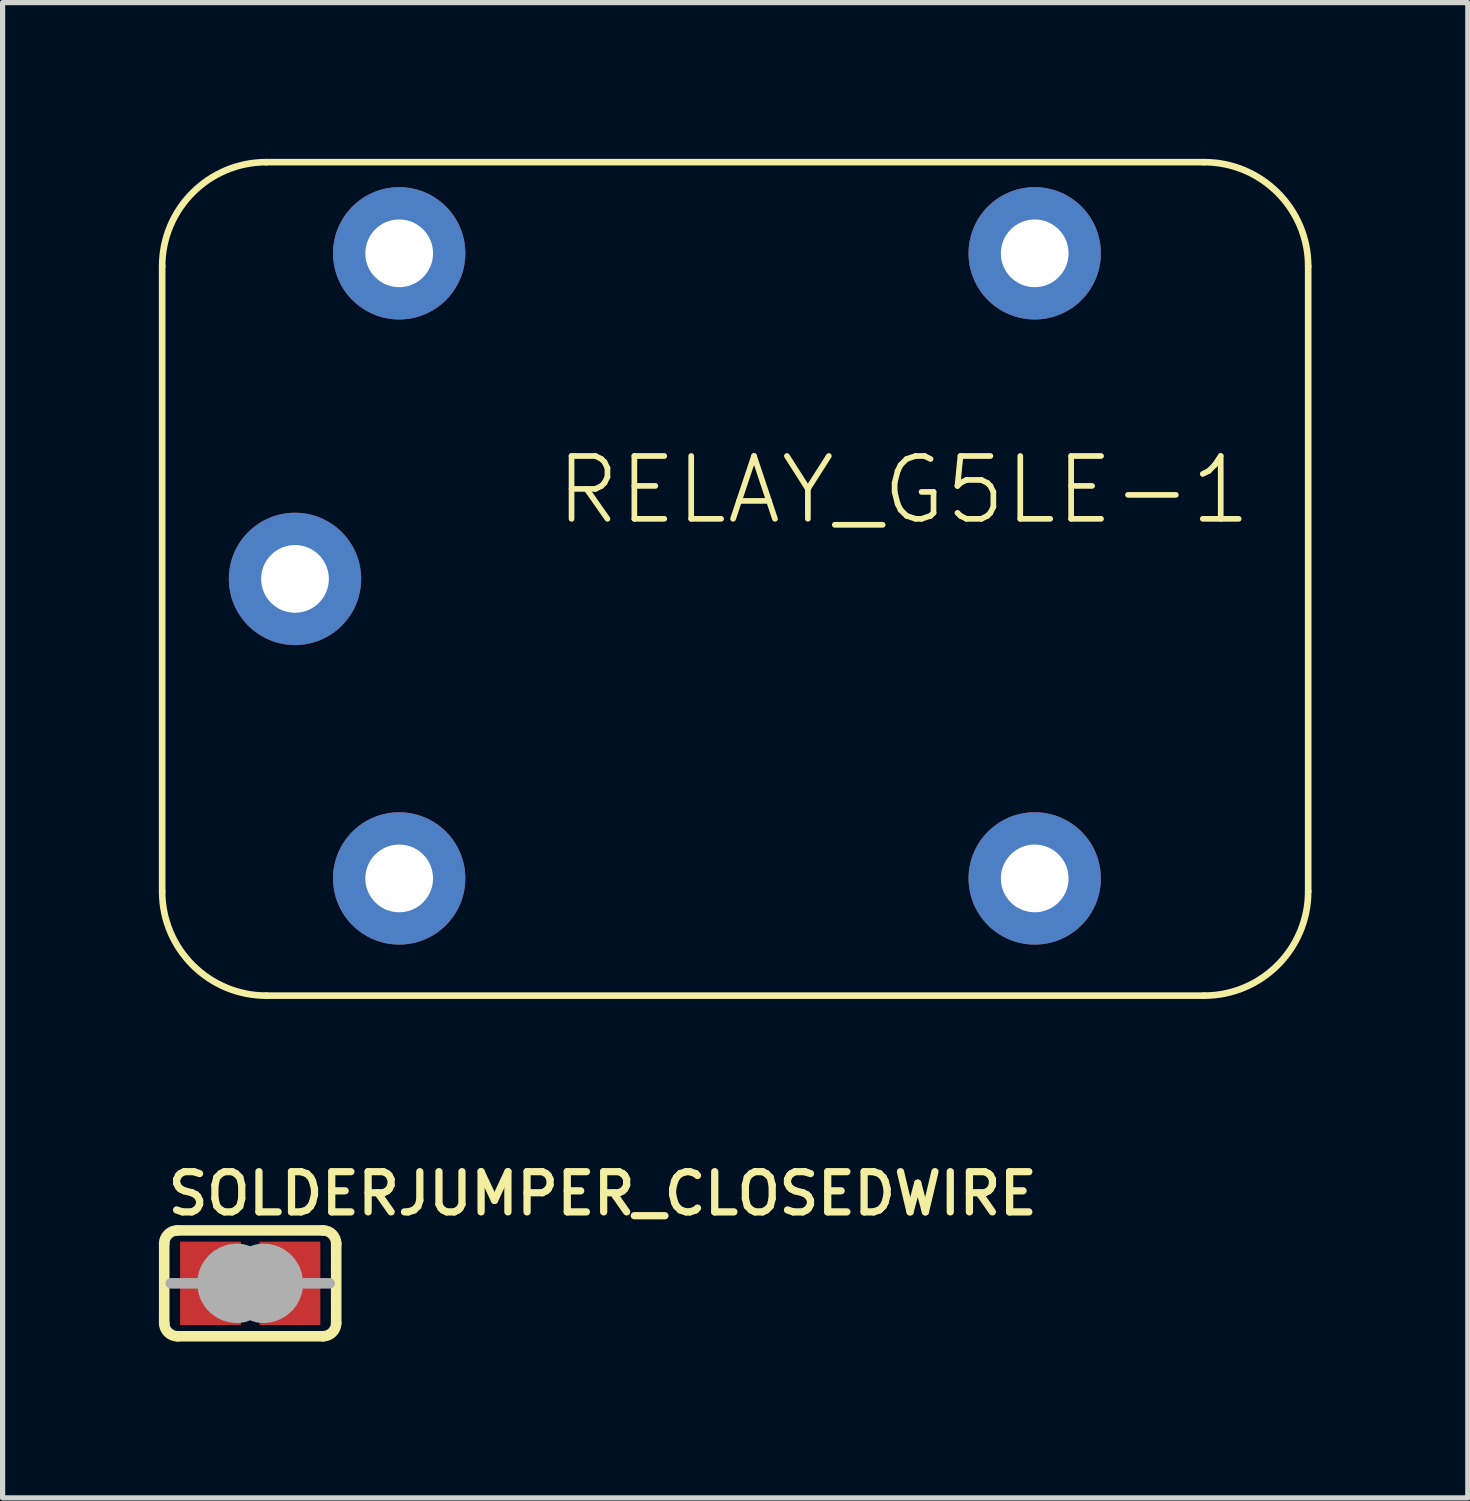
<source format=kicad_pcb>
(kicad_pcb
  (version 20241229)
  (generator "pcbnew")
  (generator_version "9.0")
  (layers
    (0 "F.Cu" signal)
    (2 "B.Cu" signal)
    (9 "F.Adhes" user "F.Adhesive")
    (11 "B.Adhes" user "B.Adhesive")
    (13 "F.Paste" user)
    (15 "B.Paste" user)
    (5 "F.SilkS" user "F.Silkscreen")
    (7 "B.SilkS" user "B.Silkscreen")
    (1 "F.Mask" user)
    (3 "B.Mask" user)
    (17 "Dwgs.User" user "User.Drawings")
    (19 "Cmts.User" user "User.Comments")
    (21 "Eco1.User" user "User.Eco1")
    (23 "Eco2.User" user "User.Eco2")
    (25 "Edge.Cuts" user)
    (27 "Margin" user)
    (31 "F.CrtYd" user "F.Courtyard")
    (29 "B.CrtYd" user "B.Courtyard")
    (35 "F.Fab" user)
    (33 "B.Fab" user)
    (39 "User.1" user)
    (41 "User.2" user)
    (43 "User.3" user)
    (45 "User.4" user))
  (footprint "SOLDERJUMPER_CLOSEDWIRE"
    (layer "F.Cu")
    (at 1.753 21.586)
    (property "Reference" "SOLDERJUMPER_CLOSEDWIRE" (at -1.651 -1.27 180) (layer "F.SilkS") (effects (font (size 0.772 0.772) (thickness 0.139)) (justify left bottom)))
    (attr through_hole)
    (fp_poly (pts (xy -1.27 -0.762) (xy 1.27 -0.762) (xy 1.27 0.762) (xy -1.27 0.762)) (stroke (width 0) (type solid)) (fill yes) (layer "F.Mask"))
    (fp_line (start -1.651 0.762) (end -1.651 -0.762) (stroke (width 0.203) (type solid)) (layer "F.SilkS"))
    (fp_line (start -1.397 -1.016) (end 1.397 -1.016) (stroke (width 0.203) (type solid)) (layer "F.SilkS"))
    (fp_line (start 1.397 1.016) (end -1.397 1.016) (stroke (width 0.203) (type solid)) (layer "F.SilkS"))
    (fp_line (start 1.651 0.762) (end 1.651 -0.762) (stroke (width 0.203) (type solid)) (layer "F.SilkS"))
    (fp_arc (start -1.651 -0.762) (mid -1.576605 -0.941605) (end -1.397 -1.016) (stroke (width 0.2032) (type solid)) (layer "F.SilkS"))
    (fp_arc (start -1.397 1.016) (mid -1.576605 0.941605) (end -1.651 0.762) (stroke (width 0.2032) (type solid)) (layer "F.SilkS"))
    (fp_arc (start 1.397 -1.016) (mid 1.576605 -0.941605) (end 1.651 -0.762) (stroke (width 0.2032) (type solid)) (layer "F.SilkS"))
    (fp_arc (start 1.651 0.762) (mid 1.576605 0.941605) (end 1.397 1.016) (stroke (width 0.2032) (type solid)) (layer "F.SilkS"))
    (fp_line (start -1.016 0) (end -1.524 0) (stroke (width 0.203) (type solid)) (layer "F.Fab"))
    (fp_line (start 1.016 0) (end 1.524 0) (stroke (width 0.203) (type solid)) (layer "F.Fab"))
    (fp_arc (start -0.254 0.127) (mid -0.381 0) (end -0.254 -0.127) (stroke (width 1.27) (type solid)) (layer "F.Fab"))
    (fp_arc (start 0.254 -0.127) (mid 0.381 0) (end 0.254 0.127) (stroke (width 1.27) (type solid)) (layer "F.Fab"))
    (pad "1" smd rect (at -0.762 0) (size 1.168 1.6) (layers "F.Cu" "F.Mask"))
    (pad "2" smd rect (at 0.762 0) (size 1.168 1.6) (layers "F.Cu" "F.Mask"))
    (pad "WIRE" smd rect (at 0 0) (size 0.635 0.203) (layers "F.Cu" "F.Mask")))
  (footprint "RELAY_G5LE-1"
    (layer "F.Cu")
    (at 10.963 8.063)
    (property "Reference" "RELAY_G5LE-1" (at -3.4 -1 0) (layer "F.SilkS") (effects (font (size 1.206 1.206) (thickness 0.109)) (justify left bottom)))
    (attr through_hole)
    (fp_line (start -10.9 -6) (end -10.9 6) (stroke (width 0.127) (type solid)) (layer "F.SilkS"))
    (fp_line (start -8.9 8) (end 9.1 8) (stroke (width 0.127) (type solid)) (layer "F.SilkS"))
    (fp_line (start 9.1 -8) (end -8.9 -8) (stroke (width 0.127) (type solid)) (layer "F.SilkS"))
    (fp_line (start 11.1 6) (end 11.1 -6) (stroke (width 0.127) (type solid)) (layer "F.SilkS"))
    (fp_arc (start -10.9 -6) (mid -10.314214 -7.414214) (end -8.9 -8) (stroke (width 0.127) (type solid)) (layer "F.SilkS"))
    (fp_arc (start -8.9 8) (mid -10.314214 7.414214) (end -10.9 6) (stroke (width 0.127) (type solid)) (layer "F.SilkS"))
    (fp_arc (start 9.1 -8) (mid 10.514214 -7.414214) (end 11.1 -6) (stroke (width 0.127) (type solid)) (layer "F.SilkS"))
    (fp_arc (start 11.1 6) (mid 10.514214 7.414214) (end 9.1 8) (stroke (width 0.127) (type solid)) (layer "F.SilkS"))
    (pad "1" thru_hole circle (at -8.35 0) (size 2.54 2.54) (drill 1.3) (layers "*.Cu" "*.Mask"))
    (pad "2" thru_hole circle (at -6.35 5.75) (size 2.54 2.54) (drill 1.3) (layers "*.Cu" "*.Mask"))
    (pad "3" thru_hole circle (at 5.85 5.75) (size 2.54 2.54) (drill 1.3) (layers "*.Cu" "*.Mask"))
    (pad "4" thru_hole circle (at 5.85 -6.25) (size 2.54 2.54) (drill 1.3) (layers "*.Cu" "*.Mask"))
    (pad "5" thru_hole circle (at -6.35 -6.25) (size 2.54 2.54) (drill 1.3) (layers "*.Cu" "*.Mask")))
  (gr_rect
    (start -3 -3)
    (end 25.127 25.704)
    (stroke (width 0.1) (type default))
    (fill no)
    (layer "Edge.Cuts")))
</source>
